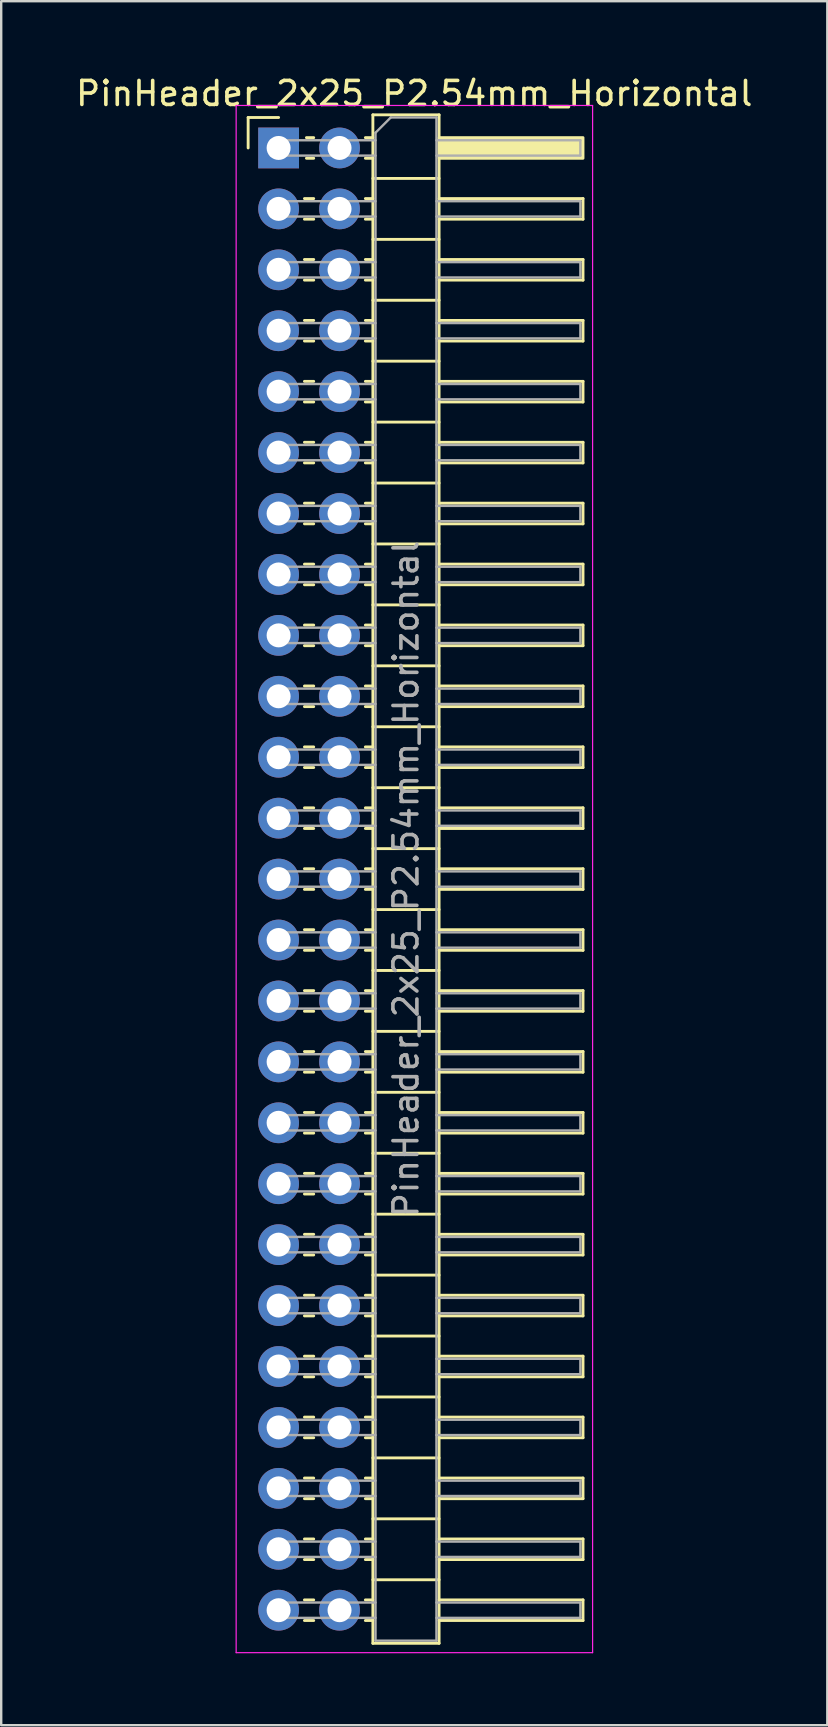
<source format=kicad_pcb>
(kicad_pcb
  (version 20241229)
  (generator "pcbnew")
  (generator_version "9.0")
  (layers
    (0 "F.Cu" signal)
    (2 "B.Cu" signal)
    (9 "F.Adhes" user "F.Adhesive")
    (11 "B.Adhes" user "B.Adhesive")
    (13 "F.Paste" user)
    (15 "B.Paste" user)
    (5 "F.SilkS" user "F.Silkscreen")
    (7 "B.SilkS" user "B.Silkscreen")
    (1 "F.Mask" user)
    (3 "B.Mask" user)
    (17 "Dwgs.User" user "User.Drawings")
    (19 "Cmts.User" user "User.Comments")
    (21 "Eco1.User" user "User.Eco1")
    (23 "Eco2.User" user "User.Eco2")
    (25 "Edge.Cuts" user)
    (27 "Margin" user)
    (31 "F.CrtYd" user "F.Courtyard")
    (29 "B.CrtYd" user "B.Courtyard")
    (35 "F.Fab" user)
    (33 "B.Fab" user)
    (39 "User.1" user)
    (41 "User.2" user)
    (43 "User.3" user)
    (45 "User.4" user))
  (footprint "PinHeader_2x25_P2.54mm_Horizontal"
    (layer "F.Cu")
    (at 8.565 3.118)
    (property "Reference" "PinHeader_2x25_P2.54mm_Horizontal" (at 5.655 -2.27 0) (layer "F.SilkS") (effects (font (size 1 1) (thickness 0.15))))
    (attr through_hole)
    (fp_line (start -1.27 -1.27) (end 0 -1.27) (stroke (width 0.12) (type solid)) (layer "F.SilkS"))
    (fp_line (start -1.27 0) (end -1.27 -1.27) (stroke (width 0.12) (type solid)) (layer "F.SilkS"))
    (fp_line (start 1.077 2.11) (end 1.463 2.11) (stroke (width 0.12) (type solid)) (layer "F.SilkS"))
    (fp_line (start 1.077 2.97) (end 1.463 2.97) (stroke (width 0.12) (type solid)) (layer "F.SilkS"))
    (fp_line (start 1.077 4.65) (end 1.463 4.65) (stroke (width 0.12) (type solid)) (layer "F.SilkS"))
    (fp_line (start 1.077 5.51) (end 1.463 5.51) (stroke (width 0.12) (type solid)) (layer "F.SilkS"))
    (fp_line (start 1.077 7.19) (end 1.463 7.19) (stroke (width 0.12) (type solid)) (layer "F.SilkS"))
    (fp_line (start 1.077 8.05) (end 1.463 8.05) (stroke (width 0.12) (type solid)) (layer "F.SilkS"))
    (fp_line (start 1.077 9.73) (end 1.463 9.73) (stroke (width 0.12) (type solid)) (layer "F.SilkS"))
    (fp_line (start 1.077 10.59) (end 1.463 10.59) (stroke (width 0.12) (type solid)) (layer "F.SilkS"))
    (fp_line (start 1.077 12.27) (end 1.463 12.27) (stroke (width 0.12) (type solid)) (layer "F.SilkS"))
    (fp_line (start 1.077 13.13) (end 1.463 13.13) (stroke (width 0.12) (type solid)) (layer "F.SilkS"))
    (fp_line (start 1.077 14.81) (end 1.463 14.81) (stroke (width 0.12) (type solid)) (layer "F.SilkS"))
    (fp_line (start 1.077 15.67) (end 1.463 15.67) (stroke (width 0.12) (type solid)) (layer "F.SilkS"))
    (fp_line (start 1.077 17.35) (end 1.463 17.35) (stroke (width 0.12) (type solid)) (layer "F.SilkS"))
    (fp_line (start 1.077 18.21) (end 1.463 18.21) (stroke (width 0.12) (type solid)) (layer "F.SilkS"))
    (fp_line (start 1.077 19.89) (end 1.463 19.89) (stroke (width 0.12) (type solid)) (layer "F.SilkS"))
    (fp_line (start 1.077 20.75) (end 1.463 20.75) (stroke (width 0.12) (type solid)) (layer "F.SilkS"))
    (fp_line (start 1.077 22.43) (end 1.463 22.43) (stroke (width 0.12) (type solid)) (layer "F.SilkS"))
    (fp_line (start 1.077 23.29) (end 1.463 23.29) (stroke (width 0.12) (type solid)) (layer "F.SilkS"))
    (fp_line (start 1.077 24.97) (end 1.463 24.97) (stroke (width 0.12) (type solid)) (layer "F.SilkS"))
    (fp_line (start 1.077 25.83) (end 1.463 25.83) (stroke (width 0.12) (type solid)) (layer "F.SilkS"))
    (fp_line (start 1.077 27.51) (end 1.463 27.51) (stroke (width 0.12) (type solid)) (layer "F.SilkS"))
    (fp_line (start 1.077 28.37) (end 1.463 28.37) (stroke (width 0.12) (type solid)) (layer "F.SilkS"))
    (fp_line (start 1.077 30.05) (end 1.463 30.05) (stroke (width 0.12) (type solid)) (layer "F.SilkS"))
    (fp_line (start 1.077 30.91) (end 1.463 30.91) (stroke (width 0.12) (type solid)) (layer "F.SilkS"))
    (fp_line (start 1.077 32.59) (end 1.463 32.59) (stroke (width 0.12) (type solid)) (layer "F.SilkS"))
    (fp_line (start 1.077 33.45) (end 1.463 33.45) (stroke (width 0.12) (type solid)) (layer "F.SilkS"))
    (fp_line (start 1.077 35.13) (end 1.463 35.13) (stroke (width 0.12) (type solid)) (layer "F.SilkS"))
    (fp_line (start 1.077 35.99) (end 1.463 35.99) (stroke (width 0.12) (type solid)) (layer "F.SilkS"))
    (fp_line (start 1.077 37.67) (end 1.463 37.67) (stroke (width 0.12) (type solid)) (layer "F.SilkS"))
    (fp_line (start 1.077 38.53) (end 1.463 38.53) (stroke (width 0.12) (type solid)) (layer "F.SilkS"))
    (fp_line (start 1.077 40.21) (end 1.463 40.21) (stroke (width 0.12) (type solid)) (layer "F.SilkS"))
    (fp_line (start 1.077 41.07) (end 1.463 41.07) (stroke (width 0.12) (type solid)) (layer "F.SilkS"))
    (fp_line (start 1.077 42.75) (end 1.463 42.75) (stroke (width 0.12) (type solid)) (layer "F.SilkS"))
    (fp_line (start 1.077 43.61) (end 1.463 43.61) (stroke (width 0.12) (type solid)) (layer "F.SilkS"))
    (fp_line (start 1.077 45.29) (end 1.463 45.29) (stroke (width 0.12) (type solid)) (layer "F.SilkS"))
    (fp_line (start 1.077 46.15) (end 1.463 46.15) (stroke (width 0.12) (type solid)) (layer "F.SilkS"))
    (fp_line (start 1.077 47.83) (end 1.463 47.83) (stroke (width 0.12) (type solid)) (layer "F.SilkS"))
    (fp_line (start 1.077 48.69) (end 1.463 48.69) (stroke (width 0.12) (type solid)) (layer "F.SilkS"))
    (fp_line (start 1.077 50.37) (end 1.463 50.37) (stroke (width 0.12) (type solid)) (layer "F.SilkS"))
    (fp_line (start 1.077 51.23) (end 1.463 51.23) (stroke (width 0.12) (type solid)) (layer "F.SilkS"))
    (fp_line (start 1.077 52.91) (end 1.463 52.91) (stroke (width 0.12) (type solid)) (layer "F.SilkS"))
    (fp_line (start 1.077 53.77) (end 1.463 53.77) (stroke (width 0.12) (type solid)) (layer "F.SilkS"))
    (fp_line (start 1.077 55.45) (end 1.463 55.45) (stroke (width 0.12) (type solid)) (layer "F.SilkS"))
    (fp_line (start 1.077 56.31) (end 1.463 56.31) (stroke (width 0.12) (type solid)) (layer "F.SilkS"))
    (fp_line (start 1.077 57.99) (end 1.463 57.99) (stroke (width 0.12) (type solid)) (layer "F.SilkS"))
    (fp_line (start 1.077 58.85) (end 1.463 58.85) (stroke (width 0.12) (type solid)) (layer "F.SilkS"))
    (fp_line (start 1.077 60.53) (end 1.463 60.53) (stroke (width 0.12) (type solid)) (layer "F.SilkS"))
    (fp_line (start 1.077 61.39) (end 1.463 61.39) (stroke (width 0.12) (type solid)) (layer "F.SilkS"))
    (fp_line (start 1.16 -0.43) (end 1.463 -0.43) (stroke (width 0.12) (type solid)) (layer "F.SilkS"))
    (fp_line (start 1.16 0.43) (end 1.463 0.43) (stroke (width 0.12) (type solid)) (layer "F.SilkS"))
    (fp_line (start 3.617 -0.43) (end 3.93 -0.43) (stroke (width 0.12) (type solid)) (layer "F.SilkS"))
    (fp_line (start 3.617 0.43) (end 3.93 0.43) (stroke (width 0.12) (type solid)) (layer "F.SilkS"))
    (fp_line (start 3.617 2.11) (end 3.93 2.11) (stroke (width 0.12) (type solid)) (layer "F.SilkS"))
    (fp_line (start 3.617 2.97) (end 3.93 2.97) (stroke (width 0.12) (type solid)) (layer "F.SilkS"))
    (fp_line (start 3.617 4.65) (end 3.93 4.65) (stroke (width 0.12) (type solid)) (layer "F.SilkS"))
    (fp_line (start 3.617 5.51) (end 3.93 5.51) (stroke (width 0.12) (type solid)) (layer "F.SilkS"))
    (fp_line (start 3.617 7.19) (end 3.93 7.19) (stroke (width 0.12) (type solid)) (layer "F.SilkS"))
    (fp_line (start 3.617 8.05) (end 3.93 8.05) (stroke (width 0.12) (type solid)) (layer "F.SilkS"))
    (fp_line (start 3.617 9.73) (end 3.93 9.73) (stroke (width 0.12) (type solid)) (layer "F.SilkS"))
    (fp_line (start 3.617 10.59) (end 3.93 10.59) (stroke (width 0.12) (type solid)) (layer "F.SilkS"))
    (fp_line (start 3.617 12.27) (end 3.93 12.27) (stroke (width 0.12) (type solid)) (layer "F.SilkS"))
    (fp_line (start 3.617 13.13) (end 3.93 13.13) (stroke (width 0.12) (type solid)) (layer "F.SilkS"))
    (fp_line (start 3.617 14.81) (end 3.93 14.81) (stroke (width 0.12) (type solid)) (layer "F.SilkS"))
    (fp_line (start 3.617 15.67) (end 3.93 15.67) (stroke (width 0.12) (type solid)) (layer "F.SilkS"))
    (fp_line (start 3.617 17.35) (end 3.93 17.35) (stroke (width 0.12) (type solid)) (layer "F.SilkS"))
    (fp_line (start 3.617 18.21) (end 3.93 18.21) (stroke (width 0.12) (type solid)) (layer "F.SilkS"))
    (fp_line (start 3.617 19.89) (end 3.93 19.89) (stroke (width 0.12) (type solid)) (layer "F.SilkS"))
    (fp_line (start 3.617 20.75) (end 3.93 20.75) (stroke (width 0.12) (type solid)) (layer "F.SilkS"))
    (fp_line (start 3.617 22.43) (end 3.93 22.43) (stroke (width 0.12) (type solid)) (layer "F.SilkS"))
    (fp_line (start 3.617 23.29) (end 3.93 23.29) (stroke (width 0.12) (type solid)) (layer "F.SilkS"))
    (fp_line (start 3.617 24.97) (end 3.93 24.97) (stroke (width 0.12) (type solid)) (layer "F.SilkS"))
    (fp_line (start 3.617 25.83) (end 3.93 25.83) (stroke (width 0.12) (type solid)) (layer "F.SilkS"))
    (fp_line (start 3.617 27.51) (end 3.93 27.51) (stroke (width 0.12) (type solid)) (layer "F.SilkS"))
    (fp_line (start 3.617 28.37) (end 3.93 28.37) (stroke (width 0.12) (type solid)) (layer "F.SilkS"))
    (fp_line (start 3.617 30.05) (end 3.93 30.05) (stroke (width 0.12) (type solid)) (layer "F.SilkS"))
    (fp_line (start 3.617 30.91) (end 3.93 30.91) (stroke (width 0.12) (type solid)) (layer "F.SilkS"))
    (fp_line (start 3.617 32.59) (end 3.93 32.59) (stroke (width 0.12) (type solid)) (layer "F.SilkS"))
    (fp_line (start 3.617 33.45) (end 3.93 33.45) (stroke (width 0.12) (type solid)) (layer "F.SilkS"))
    (fp_line (start 3.617 35.13) (end 3.93 35.13) (stroke (width 0.12) (type solid)) (layer "F.SilkS"))
    (fp_line (start 3.617 35.99) (end 3.93 35.99) (stroke (width 0.12) (type solid)) (layer "F.SilkS"))
    (fp_line (start 3.617 37.67) (end 3.93 37.67) (stroke (width 0.12) (type solid)) (layer "F.SilkS"))
    (fp_line (start 3.617 38.53) (end 3.93 38.53) (stroke (width 0.12) (type solid)) (layer "F.SilkS"))
    (fp_line (start 3.617 40.21) (end 3.93 40.21) (stroke (width 0.12) (type solid)) (layer "F.SilkS"))
    (fp_line (start 3.617 41.07) (end 3.93 41.07) (stroke (width 0.12) (type solid)) (layer "F.SilkS"))
    (fp_line (start 3.617 42.75) (end 3.93 42.75) (stroke (width 0.12) (type solid)) (layer "F.SilkS"))
    (fp_line (start 3.617 43.61) (end 3.93 43.61) (stroke (width 0.12) (type solid)) (layer "F.SilkS"))
    (fp_line (start 3.617 45.29) (end 3.93 45.29) (stroke (width 0.12) (type solid)) (layer "F.SilkS"))
    (fp_line (start 3.617 46.15) (end 3.93 46.15) (stroke (width 0.12) (type solid)) (layer "F.SilkS"))
    (fp_line (start 3.617 47.83) (end 3.93 47.83) (stroke (width 0.12) (type solid)) (layer "F.SilkS"))
    (fp_line (start 3.617 48.69) (end 3.93 48.69) (stroke (width 0.12) (type solid)) (layer "F.SilkS"))
    (fp_line (start 3.617 50.37) (end 3.93 50.37) (stroke (width 0.12) (type solid)) (layer "F.SilkS"))
    (fp_line (start 3.617 51.23) (end 3.93 51.23) (stroke (width 0.12) (type solid)) (layer "F.SilkS"))
    (fp_line (start 3.617 52.91) (end 3.93 52.91) (stroke (width 0.12) (type solid)) (layer "F.SilkS"))
    (fp_line (start 3.617 53.77) (end 3.93 53.77) (stroke (width 0.12) (type solid)) (layer "F.SilkS"))
    (fp_line (start 3.617 55.45) (end 3.93 55.45) (stroke (width 0.12) (type solid)) (layer "F.SilkS"))
    (fp_line (start 3.617 56.31) (end 3.93 56.31) (stroke (width 0.12) (type solid)) (layer "F.SilkS"))
    (fp_line (start 3.617 57.99) (end 3.93 57.99) (stroke (width 0.12) (type solid)) (layer "F.SilkS"))
    (fp_line (start 3.617 58.85) (end 3.93 58.85) (stroke (width 0.12) (type solid)) (layer "F.SilkS"))
    (fp_line (start 3.617 60.53) (end 3.93 60.53) (stroke (width 0.12) (type solid)) (layer "F.SilkS"))
    (fp_line (start 3.617 61.39) (end 3.93 61.39) (stroke (width 0.12) (type solid)) (layer "F.SilkS"))
    (fp_line (start 3.93 -1.38) (end 3.93 62.34) (stroke (width 0.12) (type solid)) (layer "F.SilkS"))
    (fp_line (start 3.93 1.27) (end 6.69 1.27) (stroke (width 0.12) (type solid)) (layer "F.SilkS"))
    (fp_line (start 3.93 3.81) (end 6.69 3.81) (stroke (width 0.12) (type solid)) (layer "F.SilkS"))
    (fp_line (start 3.93 6.35) (end 6.69 6.35) (stroke (width 0.12) (type solid)) (layer "F.SilkS"))
    (fp_line (start 3.93 8.89) (end 6.69 8.89) (stroke (width 0.12) (type solid)) (layer "F.SilkS"))
    (fp_line (start 3.93 11.43) (end 6.69 11.43) (stroke (width 0.12) (type solid)) (layer "F.SilkS"))
    (fp_line (start 3.93 13.97) (end 6.69 13.97) (stroke (width 0.12) (type solid)) (layer "F.SilkS"))
    (fp_line (start 3.93 16.51) (end 6.69 16.51) (stroke (width 0.12) (type solid)) (layer "F.SilkS"))
    (fp_line (start 3.93 19.05) (end 6.69 19.05) (stroke (width 0.12) (type solid)) (layer "F.SilkS"))
    (fp_line (start 3.93 21.59) (end 6.69 21.59) (stroke (width 0.12) (type solid)) (layer "F.SilkS"))
    (fp_line (start 3.93 24.13) (end 6.69 24.13) (stroke (width 0.12) (type solid)) (layer "F.SilkS"))
    (fp_line (start 3.93 26.67) (end 6.69 26.67) (stroke (width 0.12) (type solid)) (layer "F.SilkS"))
    (fp_line (start 3.93 29.21) (end 6.69 29.21) (stroke (width 0.12) (type solid)) (layer "F.SilkS"))
    (fp_line (start 3.93 31.75) (end 6.69 31.75) (stroke (width 0.12) (type solid)) (layer "F.SilkS"))
    (fp_line (start 3.93 34.29) (end 6.69 34.29) (stroke (width 0.12) (type solid)) (layer "F.SilkS"))
    (fp_line (start 3.93 36.83) (end 6.69 36.83) (stroke (width 0.12) (type solid)) (layer "F.SilkS"))
    (fp_line (start 3.93 39.37) (end 6.69 39.37) (stroke (width 0.12) (type solid)) (layer "F.SilkS"))
    (fp_line (start 3.93 41.91) (end 6.69 41.91) (stroke (width 0.12) (type solid)) (layer "F.SilkS"))
    (fp_line (start 3.93 44.45) (end 6.69 44.45) (stroke (width 0.12) (type solid)) (layer "F.SilkS"))
    (fp_line (start 3.93 46.99) (end 6.69 46.99) (stroke (width 0.12) (type solid)) (layer "F.SilkS"))
    (fp_line (start 3.93 49.53) (end 6.69 49.53) (stroke (width 0.12) (type solid)) (layer "F.SilkS"))
    (fp_line (start 3.93 52.07) (end 6.69 52.07) (stroke (width 0.12) (type solid)) (layer "F.SilkS"))
    (fp_line (start 3.93 54.61) (end 6.69 54.61) (stroke (width 0.12) (type solid)) (layer "F.SilkS"))
    (fp_line (start 3.93 57.15) (end 6.69 57.15) (stroke (width 0.12) (type solid)) (layer "F.SilkS"))
    (fp_line (start 3.93 59.69) (end 6.69 59.69) (stroke (width 0.12) (type solid)) (layer "F.SilkS"))
    (fp_line (start 3.93 62.34) (end 6.69 62.34) (stroke (width 0.12) (type solid)) (layer "F.SilkS"))
    (fp_line (start 6.69 -1.38) (end 3.93 -1.38) (stroke (width 0.12) (type solid)) (layer "F.SilkS"))
    (fp_line (start 6.69 2.11) (end 12.69 2.11) (stroke (width 0.12) (type solid)) (layer "F.SilkS"))
    (fp_line (start 6.69 4.65) (end 12.69 4.65) (stroke (width 0.12) (type solid)) (layer "F.SilkS"))
    (fp_line (start 6.69 7.19) (end 12.69 7.19) (stroke (width 0.12) (type solid)) (layer "F.SilkS"))
    (fp_line (start 6.69 9.73) (end 12.69 9.73) (stroke (width 0.12) (type solid)) (layer "F.SilkS"))
    (fp_line (start 6.69 12.27) (end 12.69 12.27) (stroke (width 0.12) (type solid)) (layer "F.SilkS"))
    (fp_line (start 6.69 14.81) (end 12.69 14.81) (stroke (width 0.12) (type solid)) (layer "F.SilkS"))
    (fp_line (start 6.69 17.35) (end 12.69 17.35) (stroke (width 0.12) (type solid)) (layer "F.SilkS"))
    (fp_line (start 6.69 19.89) (end 12.69 19.89) (stroke (width 0.12) (type solid)) (layer "F.SilkS"))
    (fp_line (start 6.69 22.43) (end 12.69 22.43) (stroke (width 0.12) (type solid)) (layer "F.SilkS"))
    (fp_line (start 6.69 24.97) (end 12.69 24.97) (stroke (width 0.12) (type solid)) (layer "F.SilkS"))
    (fp_line (start 6.69 27.51) (end 12.69 27.51) (stroke (width 0.12) (type solid)) (layer "F.SilkS"))
    (fp_line (start 6.69 30.05) (end 12.69 30.05) (stroke (width 0.12) (type solid)) (layer "F.SilkS"))
    (fp_line (start 6.69 32.59) (end 12.69 32.59) (stroke (width 0.12) (type solid)) (layer "F.SilkS"))
    (fp_line (start 6.69 35.13) (end 12.69 35.13) (stroke (width 0.12) (type solid)) (layer "F.SilkS"))
    (fp_line (start 6.69 37.67) (end 12.69 37.67) (stroke (width 0.12) (type solid)) (layer "F.SilkS"))
    (fp_line (start 6.69 40.21) (end 12.69 40.21) (stroke (width 0.12) (type solid)) (layer "F.SilkS"))
    (fp_line (start 6.69 42.75) (end 12.69 42.75) (stroke (width 0.12) (type solid)) (layer "F.SilkS"))
    (fp_line (start 6.69 45.29) (end 12.69 45.29) (stroke (width 0.12) (type solid)) (layer "F.SilkS"))
    (fp_line (start 6.69 47.83) (end 12.69 47.83) (stroke (width 0.12) (type solid)) (layer "F.SilkS"))
    (fp_line (start 6.69 50.37) (end 12.69 50.37) (stroke (width 0.12) (type solid)) (layer "F.SilkS"))
    (fp_line (start 6.69 52.91) (end 12.69 52.91) (stroke (width 0.12) (type solid)) (layer "F.SilkS"))
    (fp_line (start 6.69 55.45) (end 12.69 55.45) (stroke (width 0.12) (type solid)) (layer "F.SilkS"))
    (fp_line (start 6.69 57.99) (end 12.69 57.99) (stroke (width 0.12) (type solid)) (layer "F.SilkS"))
    (fp_line (start 6.69 60.53) (end 12.69 60.53) (stroke (width 0.12) (type solid)) (layer "F.SilkS"))
    (fp_line (start 6.69 62.34) (end 6.69 -1.38) (stroke (width 0.12) (type solid)) (layer "F.SilkS"))
    (fp_line (start 12.69 2.11) (end 12.69 2.97) (stroke (width 0.12) (type solid)) (layer "F.SilkS"))
    (fp_line (start 12.69 2.97) (end 6.69 2.97) (stroke (width 0.12) (type solid)) (layer "F.SilkS"))
    (fp_line (start 12.69 4.65) (end 12.69 5.51) (stroke (width 0.12) (type solid)) (layer "F.SilkS"))
    (fp_line (start 12.69 5.51) (end 6.69 5.51) (stroke (width 0.12) (type solid)) (layer "F.SilkS"))
    (fp_line (start 12.69 7.19) (end 12.69 8.05) (stroke (width 0.12) (type solid)) (layer "F.SilkS"))
    (fp_line (start 12.69 8.05) (end 6.69 8.05) (stroke (width 0.12) (type solid)) (layer "F.SilkS"))
    (fp_line (start 12.69 9.73) (end 12.69 10.59) (stroke (width 0.12) (type solid)) (layer "F.SilkS"))
    (fp_line (start 12.69 10.59) (end 6.69 10.59) (stroke (width 0.12) (type solid)) (layer "F.SilkS"))
    (fp_line (start 12.69 12.27) (end 12.69 13.13) (stroke (width 0.12) (type solid)) (layer "F.SilkS"))
    (fp_line (start 12.69 13.13) (end 6.69 13.13) (stroke (width 0.12) (type solid)) (layer "F.SilkS"))
    (fp_line (start 12.69 14.81) (end 12.69 15.67) (stroke (width 0.12) (type solid)) (layer "F.SilkS"))
    (fp_line (start 12.69 15.67) (end 6.69 15.67) (stroke (width 0.12) (type solid)) (layer "F.SilkS"))
    (fp_line (start 12.69 17.35) (end 12.69 18.21) (stroke (width 0.12) (type solid)) (layer "F.SilkS"))
    (fp_line (start 12.69 18.21) (end 6.69 18.21) (stroke (width 0.12) (type solid)) (layer "F.SilkS"))
    (fp_line (start 12.69 19.89) (end 12.69 20.75) (stroke (width 0.12) (type solid)) (layer "F.SilkS"))
    (fp_line (start 12.69 20.75) (end 6.69 20.75) (stroke (width 0.12) (type solid)) (layer "F.SilkS"))
    (fp_line (start 12.69 22.43) (end 12.69 23.29) (stroke (width 0.12) (type solid)) (layer "F.SilkS"))
    (fp_line (start 12.69 23.29) (end 6.69 23.29) (stroke (width 0.12) (type solid)) (layer "F.SilkS"))
    (fp_line (start 12.69 24.97) (end 12.69 25.83) (stroke (width 0.12) (type solid)) (layer "F.SilkS"))
    (fp_line (start 12.69 25.83) (end 6.69 25.83) (stroke (width 0.12) (type solid)) (layer "F.SilkS"))
    (fp_line (start 12.69 27.51) (end 12.69 28.37) (stroke (width 0.12) (type solid)) (layer "F.SilkS"))
    (fp_line (start 12.69 28.37) (end 6.69 28.37) (stroke (width 0.12) (type solid)) (layer "F.SilkS"))
    (fp_line (start 12.69 30.05) (end 12.69 30.91) (stroke (width 0.12) (type solid)) (layer "F.SilkS"))
    (fp_line (start 12.69 30.91) (end 6.69 30.91) (stroke (width 0.12) (type solid)) (layer "F.SilkS"))
    (fp_line (start 12.69 32.59) (end 12.69 33.45) (stroke (width 0.12) (type solid)) (layer "F.SilkS"))
    (fp_line (start 12.69 33.45) (end 6.69 33.45) (stroke (width 0.12) (type solid)) (layer "F.SilkS"))
    (fp_line (start 12.69 35.13) (end 12.69 35.99) (stroke (width 0.12) (type solid)) (layer "F.SilkS"))
    (fp_line (start 12.69 35.99) (end 6.69 35.99) (stroke (width 0.12) (type solid)) (layer "F.SilkS"))
    (fp_line (start 12.69 37.67) (end 12.69 38.53) (stroke (width 0.12) (type solid)) (layer "F.SilkS"))
    (fp_line (start 12.69 38.53) (end 6.69 38.53) (stroke (width 0.12) (type solid)) (layer "F.SilkS"))
    (fp_line (start 12.69 40.21) (end 12.69 41.07) (stroke (width 0.12) (type solid)) (layer "F.SilkS"))
    (fp_line (start 12.69 41.07) (end 6.69 41.07) (stroke (width 0.12) (type solid)) (layer "F.SilkS"))
    (fp_line (start 12.69 42.75) (end 12.69 43.61) (stroke (width 0.12) (type solid)) (layer "F.SilkS"))
    (fp_line (start 12.69 43.61) (end 6.69 43.61) (stroke (width 0.12) (type solid)) (layer "F.SilkS"))
    (fp_line (start 12.69 45.29) (end 12.69 46.15) (stroke (width 0.12) (type solid)) (layer "F.SilkS"))
    (fp_line (start 12.69 46.15) (end 6.69 46.15) (stroke (width 0.12) (type solid)) (layer "F.SilkS"))
    (fp_line (start 12.69 47.83) (end 12.69 48.69) (stroke (width 0.12) (type solid)) (layer "F.SilkS"))
    (fp_line (start 12.69 48.69) (end 6.69 48.69) (stroke (width 0.12) (type solid)) (layer "F.SilkS"))
    (fp_line (start 12.69 50.37) (end 12.69 51.23) (stroke (width 0.12) (type solid)) (layer "F.SilkS"))
    (fp_line (start 12.69 51.23) (end 6.69 51.23) (stroke (width 0.12) (type solid)) (layer "F.SilkS"))
    (fp_line (start 12.69 52.91) (end 12.69 53.77) (stroke (width 0.12) (type solid)) (layer "F.SilkS"))
    (fp_line (start 12.69 53.77) (end 6.69 53.77) (stroke (width 0.12) (type solid)) (layer "F.SilkS"))
    (fp_line (start 12.69 55.45) (end 12.69 56.31) (stroke (width 0.12) (type solid)) (layer "F.SilkS"))
    (fp_line (start 12.69 56.31) (end 6.69 56.31) (stroke (width 0.12) (type solid)) (layer "F.SilkS"))
    (fp_line (start 12.69 57.99) (end 12.69 58.85) (stroke (width 0.12) (type solid)) (layer "F.SilkS"))
    (fp_line (start 12.69 58.85) (end 6.69 58.85) (stroke (width 0.12) (type solid)) (layer "F.SilkS"))
    (fp_line (start 12.69 60.53) (end 12.69 61.39) (stroke (width 0.12) (type solid)) (layer "F.SilkS"))
    (fp_line (start 12.69 61.39) (end 6.69 61.39) (stroke (width 0.12) (type solid)) (layer "F.SilkS"))
    (fp_rect (start 6.69 -0.43) (end 12.69 0.43) (stroke (width 0.12) (type solid)) (fill yes) (layer "F.SilkS"))
    (fp_line (start -1.77 -1.77) (end -1.77 62.73) (stroke (width 0.05) (type solid)) (layer "F.CrtYd"))
    (fp_line (start -1.77 62.73) (end 13.09 62.73) (stroke (width 0.05) (type solid)) (layer "F.CrtYd"))
    (fp_line (start 13.09 -1.77) (end -1.77 -1.77) (stroke (width 0.05) (type solid)) (layer "F.CrtYd"))
    (fp_line (start 13.09 62.73) (end 13.09 -1.77) (stroke (width 0.05) (type solid)) (layer "F.CrtYd"))
    (fp_line (start -0.32 -0.32) (end -0.32 0.32) (stroke (width 0.1) (type solid)) (layer "F.Fab"))
    (fp_line (start -0.32 -0.32) (end 4.04 -0.32) (stroke (width 0.1) (type solid)) (layer "F.Fab"))
    (fp_line (start -0.32 0.32) (end 4.04 0.32) (stroke (width 0.1) (type solid)) (layer "F.Fab"))
    (fp_line (start -0.32 2.22) (end -0.32 2.86) (stroke (width 0.1) (type solid)) (layer "F.Fab"))
    (fp_line (start -0.32 2.22) (end 4.04 2.22) (stroke (width 0.1) (type solid)) (layer "F.Fab"))
    (fp_line (start -0.32 2.86) (end 4.04 2.86) (stroke (width 0.1) (type solid)) (layer "F.Fab"))
    (fp_line (start -0.32 4.76) (end -0.32 5.4) (stroke (width 0.1) (type solid)) (layer "F.Fab"))
    (fp_line (start -0.32 4.76) (end 4.04 4.76) (stroke (width 0.1) (type solid)) (layer "F.Fab"))
    (fp_line (start -0.32 5.4) (end 4.04 5.4) (stroke (width 0.1) (type solid)) (layer "F.Fab"))
    (fp_line (start -0.32 7.3) (end -0.32 7.94) (stroke (width 0.1) (type solid)) (layer "F.Fab"))
    (fp_line (start -0.32 7.3) (end 4.04 7.3) (stroke (width 0.1) (type solid)) (layer "F.Fab"))
    (fp_line (start -0.32 7.94) (end 4.04 7.94) (stroke (width 0.1) (type solid)) (layer "F.Fab"))
    (fp_line (start -0.32 9.84) (end -0.32 10.48) (stroke (width 0.1) (type solid)) (layer "F.Fab"))
    (fp_line (start -0.32 9.84) (end 4.04 9.84) (stroke (width 0.1) (type solid)) (layer "F.Fab"))
    (fp_line (start -0.32 10.48) (end 4.04 10.48) (stroke (width 0.1) (type solid)) (layer "F.Fab"))
    (fp_line (start -0.32 12.38) (end -0.32 13.02) (stroke (width 0.1) (type solid)) (layer "F.Fab"))
    (fp_line (start -0.32 12.38) (end 4.04 12.38) (stroke (width 0.1) (type solid)) (layer "F.Fab"))
    (fp_line (start -0.32 13.02) (end 4.04 13.02) (stroke (width 0.1) (type solid)) (layer "F.Fab"))
    (fp_line (start -0.32 14.92) (end -0.32 15.56) (stroke (width 0.1) (type solid)) (layer "F.Fab"))
    (fp_line (start -0.32 14.92) (end 4.04 14.92) (stroke (width 0.1) (type solid)) (layer "F.Fab"))
    (fp_line (start -0.32 15.56) (end 4.04 15.56) (stroke (width 0.1) (type solid)) (layer "F.Fab"))
    (fp_line (start -0.32 17.46) (end -0.32 18.1) (stroke (width 0.1) (type solid)) (layer "F.Fab"))
    (fp_line (start -0.32 17.46) (end 4.04 17.46) (stroke (width 0.1) (type solid)) (layer "F.Fab"))
    (fp_line (start -0.32 18.1) (end 4.04 18.1) (stroke (width 0.1) (type solid)) (layer "F.Fab"))
    (fp_line (start -0.32 20) (end -0.32 20.64) (stroke (width 0.1) (type solid)) (layer "F.Fab"))
    (fp_line (start -0.32 20) (end 4.04 20) (stroke (width 0.1) (type solid)) (layer "F.Fab"))
    (fp_line (start -0.32 20.64) (end 4.04 20.64) (stroke (width 0.1) (type solid)) (layer "F.Fab"))
    (fp_line (start -0.32 22.54) (end -0.32 23.18) (stroke (width 0.1) (type solid)) (layer "F.Fab"))
    (fp_line (start -0.32 22.54) (end 4.04 22.54) (stroke (width 0.1) (type solid)) (layer "F.Fab"))
    (fp_line (start -0.32 23.18) (end 4.04 23.18) (stroke (width 0.1) (type solid)) (layer "F.Fab"))
    (fp_line (start -0.32 25.08) (end -0.32 25.72) (stroke (width 0.1) (type solid)) (layer "F.Fab"))
    (fp_line (start -0.32 25.08) (end 4.04 25.08) (stroke (width 0.1) (type solid)) (layer "F.Fab"))
    (fp_line (start -0.32 25.72) (end 4.04 25.72) (stroke (width 0.1) (type solid)) (layer "F.Fab"))
    (fp_line (start -0.32 27.62) (end -0.32 28.26) (stroke (width 0.1) (type solid)) (layer "F.Fab"))
    (fp_line (start -0.32 27.62) (end 4.04 27.62) (stroke (width 0.1) (type solid)) (layer "F.Fab"))
    (fp_line (start -0.32 28.26) (end 4.04 28.26) (stroke (width 0.1) (type solid)) (layer "F.Fab"))
    (fp_line (start -0.32 30.16) (end -0.32 30.8) (stroke (width 0.1) (type solid)) (layer "F.Fab"))
    (fp_line (start -0.32 30.16) (end 4.04 30.16) (stroke (width 0.1) (type solid)) (layer "F.Fab"))
    (fp_line (start -0.32 30.8) (end 4.04 30.8) (stroke (width 0.1) (type solid)) (layer "F.Fab"))
    (fp_line (start -0.32 32.7) (end -0.32 33.34) (stroke (width 0.1) (type solid)) (layer "F.Fab"))
    (fp_line (start -0.32 32.7) (end 4.04 32.7) (stroke (width 0.1) (type solid)) (layer "F.Fab"))
    (fp_line (start -0.32 33.34) (end 4.04 33.34) (stroke (width 0.1) (type solid)) (layer "F.Fab"))
    (fp_line (start -0.32 35.24) (end -0.32 35.88) (stroke (width 0.1) (type solid)) (layer "F.Fab"))
    (fp_line (start -0.32 35.24) (end 4.04 35.24) (stroke (width 0.1) (type solid)) (layer "F.Fab"))
    (fp_line (start -0.32 35.88) (end 4.04 35.88) (stroke (width 0.1) (type solid)) (layer "F.Fab"))
    (fp_line (start -0.32 37.78) (end -0.32 38.42) (stroke (width 0.1) (type solid)) (layer "F.Fab"))
    (fp_line (start -0.32 37.78) (end 4.04 37.78) (stroke (width 0.1) (type solid)) (layer "F.Fab"))
    (fp_line (start -0.32 38.42) (end 4.04 38.42) (stroke (width 0.1) (type solid)) (layer "F.Fab"))
    (fp_line (start -0.32 40.32) (end -0.32 40.96) (stroke (width 0.1) (type solid)) (layer "F.Fab"))
    (fp_line (start -0.32 40.32) (end 4.04 40.32) (stroke (width 0.1) (type solid)) (layer "F.Fab"))
    (fp_line (start -0.32 40.96) (end 4.04 40.96) (stroke (width 0.1) (type solid)) (layer "F.Fab"))
    (fp_line (start -0.32 42.86) (end -0.32 43.5) (stroke (width 0.1) (type solid)) (layer "F.Fab"))
    (fp_line (start -0.32 42.86) (end 4.04 42.86) (stroke (width 0.1) (type solid)) (layer "F.Fab"))
    (fp_line (start -0.32 43.5) (end 4.04 43.5) (stroke (width 0.1) (type solid)) (layer "F.Fab"))
    (fp_line (start -0.32 45.4) (end -0.32 46.04) (stroke (width 0.1) (type solid)) (layer "F.Fab"))
    (fp_line (start -0.32 45.4) (end 4.04 45.4) (stroke (width 0.1) (type solid)) (layer "F.Fab"))
    (fp_line (start -0.32 46.04) (end 4.04 46.04) (stroke (width 0.1) (type solid)) (layer "F.Fab"))
    (fp_line (start -0.32 47.94) (end -0.32 48.58) (stroke (width 0.1) (type solid)) (layer "F.Fab"))
    (fp_line (start -0.32 47.94) (end 4.04 47.94) (stroke (width 0.1) (type solid)) (layer "F.Fab"))
    (fp_line (start -0.32 48.58) (end 4.04 48.58) (stroke (width 0.1) (type solid)) (layer "F.Fab"))
    (fp_line (start -0.32 50.48) (end -0.32 51.12) (stroke (width 0.1) (type solid)) (layer "F.Fab"))
    (fp_line (start -0.32 50.48) (end 4.04 50.48) (stroke (width 0.1) (type solid)) (layer "F.Fab"))
    (fp_line (start -0.32 51.12) (end 4.04 51.12) (stroke (width 0.1) (type solid)) (layer "F.Fab"))
    (fp_line (start -0.32 53.02) (end -0.32 53.66) (stroke (width 0.1) (type solid)) (layer "F.Fab"))
    (fp_line (start -0.32 53.02) (end 4.04 53.02) (stroke (width 0.1) (type solid)) (layer "F.Fab"))
    (fp_line (start -0.32 53.66) (end 4.04 53.66) (stroke (width 0.1) (type solid)) (layer "F.Fab"))
    (fp_line (start -0.32 55.56) (end -0.32 56.2) (stroke (width 0.1) (type solid)) (layer "F.Fab"))
    (fp_line (start -0.32 55.56) (end 4.04 55.56) (stroke (width 0.1) (type solid)) (layer "F.Fab"))
    (fp_line (start -0.32 56.2) (end 4.04 56.2) (stroke (width 0.1) (type solid)) (layer "F.Fab"))
    (fp_line (start -0.32 58.1) (end -0.32 58.74) (stroke (width 0.1) (type solid)) (layer "F.Fab"))
    (fp_line (start -0.32 58.1) (end 4.04 58.1) (stroke (width 0.1) (type solid)) (layer "F.Fab"))
    (fp_line (start -0.32 58.74) (end 4.04 58.74) (stroke (width 0.1) (type solid)) (layer "F.Fab"))
    (fp_line (start -0.32 60.64) (end -0.32 61.28) (stroke (width 0.1) (type solid)) (layer "F.Fab"))
    (fp_line (start -0.32 60.64) (end 4.04 60.64) (stroke (width 0.1) (type solid)) (layer "F.Fab"))
    (fp_line (start -0.32 61.28) (end 4.04 61.28) (stroke (width 0.1) (type solid)) (layer "F.Fab"))
    (fp_line (start 4.04 -0.635) (end 4.675 -1.27) (stroke (width 0.1) (type solid)) (layer "F.Fab"))
    (fp_line (start 4.04 62.23) (end 4.04 -0.635) (stroke (width 0.1) (type solid)) (layer "F.Fab"))
    (fp_line (start 4.675 -1.27) (end 6.58 -1.27) (stroke (width 0.1) (type solid)) (layer "F.Fab"))
    (fp_line (start 6.58 -1.27) (end 6.58 62.23) (stroke (width 0.1) (type solid)) (layer "F.Fab"))
    (fp_line (start 6.58 -0.32) (end 12.58 -0.32) (stroke (width 0.1) (type solid)) (layer "F.Fab"))
    (fp_line (start 6.58 0.32) (end 12.58 0.32) (stroke (width 0.1) (type solid)) (layer "F.Fab"))
    (fp_line (start 6.58 2.22) (end 12.58 2.22) (stroke (width 0.1) (type solid)) (layer "F.Fab"))
    (fp_line (start 6.58 2.86) (end 12.58 2.86) (stroke (width 0.1) (type solid)) (layer "F.Fab"))
    (fp_line (start 6.58 4.76) (end 12.58 4.76) (stroke (width 0.1) (type solid)) (layer "F.Fab"))
    (fp_line (start 6.58 5.4) (end 12.58 5.4) (stroke (width 0.1) (type solid)) (layer "F.Fab"))
    (fp_line (start 6.58 7.3) (end 12.58 7.3) (stroke (width 0.1) (type solid)) (layer "F.Fab"))
    (fp_line (start 6.58 7.94) (end 12.58 7.94) (stroke (width 0.1) (type solid)) (layer "F.Fab"))
    (fp_line (start 6.58 9.84) (end 12.58 9.84) (stroke (width 0.1) (type solid)) (layer "F.Fab"))
    (fp_line (start 6.58 10.48) (end 12.58 10.48) (stroke (width 0.1) (type solid)) (layer "F.Fab"))
    (fp_line (start 6.58 12.38) (end 12.58 12.38) (stroke (width 0.1) (type solid)) (layer "F.Fab"))
    (fp_line (start 6.58 13.02) (end 12.58 13.02) (stroke (width 0.1) (type solid)) (layer "F.Fab"))
    (fp_line (start 6.58 14.92) (end 12.58 14.92) (stroke (width 0.1) (type solid)) (layer "F.Fab"))
    (fp_line (start 6.58 15.56) (end 12.58 15.56) (stroke (width 0.1) (type solid)) (layer "F.Fab"))
    (fp_line (start 6.58 17.46) (end 12.58 17.46) (stroke (width 0.1) (type solid)) (layer "F.Fab"))
    (fp_line (start 6.58 18.1) (end 12.58 18.1) (stroke (width 0.1) (type solid)) (layer "F.Fab"))
    (fp_line (start 6.58 20) (end 12.58 20) (stroke (width 0.1) (type solid)) (layer "F.Fab"))
    (fp_line (start 6.58 20.64) (end 12.58 20.64) (stroke (width 0.1) (type solid)) (layer "F.Fab"))
    (fp_line (start 6.58 22.54) (end 12.58 22.54) (stroke (width 0.1) (type solid)) (layer "F.Fab"))
    (fp_line (start 6.58 23.18) (end 12.58 23.18) (stroke (width 0.1) (type solid)) (layer "F.Fab"))
    (fp_line (start 6.58 25.08) (end 12.58 25.08) (stroke (width 0.1) (type solid)) (layer "F.Fab"))
    (fp_line (start 6.58 25.72) (end 12.58 25.72) (stroke (width 0.1) (type solid)) (layer "F.Fab"))
    (fp_line (start 6.58 27.62) (end 12.58 27.62) (stroke (width 0.1) (type solid)) (layer "F.Fab"))
    (fp_line (start 6.58 28.26) (end 12.58 28.26) (stroke (width 0.1) (type solid)) (layer "F.Fab"))
    (fp_line (start 6.58 30.16) (end 12.58 30.16) (stroke (width 0.1) (type solid)) (layer "F.Fab"))
    (fp_line (start 6.58 30.8) (end 12.58 30.8) (stroke (width 0.1) (type solid)) (layer "F.Fab"))
    (fp_line (start 6.58 32.7) (end 12.58 32.7) (stroke (width 0.1) (type solid)) (layer "F.Fab"))
    (fp_line (start 6.58 33.34) (end 12.58 33.34) (stroke (width 0.1) (type solid)) (layer "F.Fab"))
    (fp_line (start 6.58 35.24) (end 12.58 35.24) (stroke (width 0.1) (type solid)) (layer "F.Fab"))
    (fp_line (start 6.58 35.88) (end 12.58 35.88) (stroke (width 0.1) (type solid)) (layer "F.Fab"))
    (fp_line (start 6.58 37.78) (end 12.58 37.78) (stroke (width 0.1) (type solid)) (layer "F.Fab"))
    (fp_line (start 6.58 38.42) (end 12.58 38.42) (stroke (width 0.1) (type solid)) (layer "F.Fab"))
    (fp_line (start 6.58 40.32) (end 12.58 40.32) (stroke (width 0.1) (type solid)) (layer "F.Fab"))
    (fp_line (start 6.58 40.96) (end 12.58 40.96) (stroke (width 0.1) (type solid)) (layer "F.Fab"))
    (fp_line (start 6.58 42.86) (end 12.58 42.86) (stroke (width 0.1) (type solid)) (layer "F.Fab"))
    (fp_line (start 6.58 43.5) (end 12.58 43.5) (stroke (width 0.1) (type solid)) (layer "F.Fab"))
    (fp_line (start 6.58 45.4) (end 12.58 45.4) (stroke (width 0.1) (type solid)) (layer "F.Fab"))
    (fp_line (start 6.58 46.04) (end 12.58 46.04) (stroke (width 0.1) (type solid)) (layer "F.Fab"))
    (fp_line (start 6.58 47.94) (end 12.58 47.94) (stroke (width 0.1) (type solid)) (layer "F.Fab"))
    (fp_line (start 6.58 48.58) (end 12.58 48.58) (stroke (width 0.1) (type solid)) (layer "F.Fab"))
    (fp_line (start 6.58 50.48) (end 12.58 50.48) (stroke (width 0.1) (type solid)) (layer "F.Fab"))
    (fp_line (start 6.58 51.12) (end 12.58 51.12) (stroke (width 0.1) (type solid)) (layer "F.Fab"))
    (fp_line (start 6.58 53.02) (end 12.58 53.02) (stroke (width 0.1) (type solid)) (layer "F.Fab"))
    (fp_line (start 6.58 53.66) (end 12.58 53.66) (stroke (width 0.1) (type solid)) (layer "F.Fab"))
    (fp_line (start 6.58 55.56) (end 12.58 55.56) (stroke (width 0.1) (type solid)) (layer "F.Fab"))
    (fp_line (start 6.58 56.2) (end 12.58 56.2) (stroke (width 0.1) (type solid)) (layer "F.Fab"))
    (fp_line (start 6.58 58.1) (end 12.58 58.1) (stroke (width 0.1) (type solid)) (layer "F.Fab"))
    (fp_line (start 6.58 58.74) (end 12.58 58.74) (stroke (width 0.1) (type solid)) (layer "F.Fab"))
    (fp_line (start 6.58 60.64) (end 12.58 60.64) (stroke (width 0.1) (type solid)) (layer "F.Fab"))
    (fp_line (start 6.58 61.28) (end 12.58 61.28) (stroke (width 0.1) (type solid)) (layer "F.Fab"))
    (fp_line (start 6.58 62.23) (end 4.04 62.23) (stroke (width 0.1) (type solid)) (layer "F.Fab"))
    (fp_line (start 12.58 -0.32) (end 12.58 0.32) (stroke (width 0.1) (type solid)) (layer "F.Fab"))
    (fp_line (start 12.58 2.22) (end 12.58 2.86) (stroke (width 0.1) (type solid)) (layer "F.Fab"))
    (fp_line (start 12.58 4.76) (end 12.58 5.4) (stroke (width 0.1) (type solid)) (layer "F.Fab"))
    (fp_line (start 12.58 7.3) (end 12.58 7.94) (stroke (width 0.1) (type solid)) (layer "F.Fab"))
    (fp_line (start 12.58 9.84) (end 12.58 10.48) (stroke (width 0.1) (type solid)) (layer "F.Fab"))
    (fp_line (start 12.58 12.38) (end 12.58 13.02) (stroke (width 0.1) (type solid)) (layer "F.Fab"))
    (fp_line (start 12.58 14.92) (end 12.58 15.56) (stroke (width 0.1) (type solid)) (layer "F.Fab"))
    (fp_line (start 12.58 17.46) (end 12.58 18.1) (stroke (width 0.1) (type solid)) (layer "F.Fab"))
    (fp_line (start 12.58 20) (end 12.58 20.64) (stroke (width 0.1) (type solid)) (layer "F.Fab"))
    (fp_line (start 12.58 22.54) (end 12.58 23.18) (stroke (width 0.1) (type solid)) (layer "F.Fab"))
    (fp_line (start 12.58 25.08) (end 12.58 25.72) (stroke (width 0.1) (type solid)) (layer "F.Fab"))
    (fp_line (start 12.58 27.62) (end 12.58 28.26) (stroke (width 0.1) (type solid)) (layer "F.Fab"))
    (fp_line (start 12.58 30.16) (end 12.58 30.8) (stroke (width 0.1) (type solid)) (layer "F.Fab"))
    (fp_line (start 12.58 32.7) (end 12.58 33.34) (stroke (width 0.1) (type solid)) (layer "F.Fab"))
    (fp_line (start 12.58 35.24) (end 12.58 35.88) (stroke (width 0.1) (type solid)) (layer "F.Fab"))
    (fp_line (start 12.58 37.78) (end 12.58 38.42) (stroke (width 0.1) (type solid)) (layer "F.Fab"))
    (fp_line (start 12.58 40.32) (end 12.58 40.96) (stroke (width 0.1) (type solid)) (layer "F.Fab"))
    (fp_line (start 12.58 42.86) (end 12.58 43.5) (stroke (width 0.1) (type solid)) (layer "F.Fab"))
    (fp_line (start 12.58 45.4) (end 12.58 46.04) (stroke (width 0.1) (type solid)) (layer "F.Fab"))
    (fp_line (start 12.58 47.94) (end 12.58 48.58) (stroke (width 0.1) (type solid)) (layer "F.Fab"))
    (fp_line (start 12.58 50.48) (end 12.58 51.12) (stroke (width 0.1) (type solid)) (layer "F.Fab"))
    (fp_line (start 12.58 53.02) (end 12.58 53.66) (stroke (width 0.1) (type solid)) (layer "F.Fab"))
    (fp_line (start 12.58 55.56) (end 12.58 56.2) (stroke (width 0.1) (type solid)) (layer "F.Fab"))
    (fp_line (start 12.58 58.1) (end 12.58 58.74) (stroke (width 0.1) (type solid)) (layer "F.Fab"))
    (fp_line (start 12.58 60.64) (end 12.58 61.28) (stroke (width 0.1) (type solid)) (layer "F.Fab"))
    (fp_text user "${REFERENCE}" (at 5.31 30.48 90) (layer "F.Fab") (effects (font (size 1 1) (thickness 0.15))))
    (pad "1" thru_hole rect (at 0 0) (size 1.7 1.7) (drill 1) (layers "*.Cu" "*.Mask"))
    (pad "2" thru_hole circle (at 2.54 0) (size 1.7 1.7) (drill 1) (layers "*.Cu" "*.Mask"))
    (pad "3" thru_hole circle (at 0 2.54) (size 1.7 1.7) (drill 1) (layers "*.Cu" "*.Mask"))
    (pad "4" thru_hole circle (at 2.54 2.54) (size 1.7 1.7) (drill 1) (layers "*.Cu" "*.Mask"))
    (pad "5" thru_hole circle (at 0 5.08) (size 1.7 1.7) (drill 1) (layers "*.Cu" "*.Mask"))
    (pad "6" thru_hole circle (at 2.54 5.08) (size 1.7 1.7) (drill 1) (layers "*.Cu" "*.Mask"))
    (pad "7" thru_hole circle (at 0 7.62) (size 1.7 1.7) (drill 1) (layers "*.Cu" "*.Mask"))
    (pad "8" thru_hole circle (at 2.54 7.62) (size 1.7 1.7) (drill 1) (layers "*.Cu" "*.Mask"))
    (pad "9" thru_hole circle (at 0 10.16) (size 1.7 1.7) (drill 1) (layers "*.Cu" "*.Mask"))
    (pad "10" thru_hole circle (at 2.54 10.16) (size 1.7 1.7) (drill 1) (layers "*.Cu" "*.Mask"))
    (pad "11" thru_hole circle (at 0 12.7) (size 1.7 1.7) (drill 1) (layers "*.Cu" "*.Mask"))
    (pad "12" thru_hole circle (at 2.54 12.7) (size 1.7 1.7) (drill 1) (layers "*.Cu" "*.Mask"))
    (pad "13" thru_hole circle (at 0 15.24) (size 1.7 1.7) (drill 1) (layers "*.Cu" "*.Mask"))
    (pad "14" thru_hole circle (at 2.54 15.24) (size 1.7 1.7) (drill 1) (layers "*.Cu" "*.Mask"))
    (pad "15" thru_hole circle (at 0 17.78) (size 1.7 1.7) (drill 1) (layers "*.Cu" "*.Mask"))
    (pad "16" thru_hole circle (at 2.54 17.78) (size 1.7 1.7) (drill 1) (layers "*.Cu" "*.Mask"))
    (pad "17" thru_hole circle (at 0 20.32) (size 1.7 1.7) (drill 1) (layers "*.Cu" "*.Mask"))
    (pad "18" thru_hole circle (at 2.54 20.32) (size 1.7 1.7) (drill 1) (layers "*.Cu" "*.Mask"))
    (pad "19" thru_hole circle (at 0 22.86) (size 1.7 1.7) (drill 1) (layers "*.Cu" "*.Mask"))
    (pad "20" thru_hole circle (at 2.54 22.86) (size 1.7 1.7) (drill 1) (layers "*.Cu" "*.Mask"))
    (pad "21" thru_hole circle (at 0 25.4) (size 1.7 1.7) (drill 1) (layers "*.Cu" "*.Mask"))
    (pad "22" thru_hole circle (at 2.54 25.4) (size 1.7 1.7) (drill 1) (layers "*.Cu" "*.Mask"))
    (pad "23" thru_hole circle (at 0 27.94) (size 1.7 1.7) (drill 1) (layers "*.Cu" "*.Mask"))
    (pad "24" thru_hole circle (at 2.54 27.94) (size 1.7 1.7) (drill 1) (layers "*.Cu" "*.Mask"))
    (pad "25" thru_hole circle (at 0 30.48) (size 1.7 1.7) (drill 1) (layers "*.Cu" "*.Mask"))
    (pad "26" thru_hole circle (at 2.54 30.48) (size 1.7 1.7) (drill 1) (layers "*.Cu" "*.Mask"))
    (pad "27" thru_hole circle (at 0 33.02) (size 1.7 1.7) (drill 1) (layers "*.Cu" "*.Mask"))
    (pad "28" thru_hole circle (at 2.54 33.02) (size 1.7 1.7) (drill 1) (layers "*.Cu" "*.Mask"))
    (pad "29" thru_hole circle (at 0 35.56) (size 1.7 1.7) (drill 1) (layers "*.Cu" "*.Mask"))
    (pad "30" thru_hole circle (at 2.54 35.56) (size 1.7 1.7) (drill 1) (layers "*.Cu" "*.Mask"))
    (pad "31" thru_hole circle (at 0 38.1) (size 1.7 1.7) (drill 1) (layers "*.Cu" "*.Mask"))
    (pad "32" thru_hole circle (at 2.54 38.1) (size 1.7 1.7) (drill 1) (layers "*.Cu" "*.Mask"))
    (pad "33" thru_hole circle (at 0 40.64) (size 1.7 1.7) (drill 1) (layers "*.Cu" "*.Mask"))
    (pad "34" thru_hole circle (at 2.54 40.64) (size 1.7 1.7) (drill 1) (layers "*.Cu" "*.Mask"))
    (pad "35" thru_hole circle (at 0 43.18) (size 1.7 1.7) (drill 1) (layers "*.Cu" "*.Mask"))
    (pad "36" thru_hole circle (at 2.54 43.18) (size 1.7 1.7) (drill 1) (layers "*.Cu" "*.Mask"))
    (pad "37" thru_hole circle (at 0 45.72) (size 1.7 1.7) (drill 1) (layers "*.Cu" "*.Mask"))
    (pad "38" thru_hole circle (at 2.54 45.72) (size 1.7 1.7) (drill 1) (layers "*.Cu" "*.Mask"))
    (pad "39" thru_hole circle (at 0 48.26) (size 1.7 1.7) (drill 1) (layers "*.Cu" "*.Mask"))
    (pad "40" thru_hole circle (at 2.54 48.26) (size 1.7 1.7) (drill 1) (layers "*.Cu" "*.Mask"))
    (pad "41" thru_hole circle (at 0 50.8) (size 1.7 1.7) (drill 1) (layers "*.Cu" "*.Mask"))
    (pad "42" thru_hole circle (at 2.54 50.8) (size 1.7 1.7) (drill 1) (layers "*.Cu" "*.Mask"))
    (pad "43" thru_hole circle (at 0 53.34) (size 1.7 1.7) (drill 1) (layers "*.Cu" "*.Mask"))
    (pad "44" thru_hole circle (at 2.54 53.34) (size 1.7 1.7) (drill 1) (layers "*.Cu" "*.Mask"))
    (pad "45" thru_hole circle (at 0 55.88) (size 1.7 1.7) (drill 1) (layers "*.Cu" "*.Mask"))
    (pad "46" thru_hole circle (at 2.54 55.88) (size 1.7 1.7) (drill 1) (layers "*.Cu" "*.Mask"))
    (pad "47" thru_hole circle (at 0 58.42) (size 1.7 1.7) (drill 1) (layers "*.Cu" "*.Mask"))
    (pad "48" thru_hole circle (at 2.54 58.42) (size 1.7 1.7) (drill 1) (layers "*.Cu" "*.Mask"))
    (pad "49" thru_hole circle (at 0 60.96) (size 1.7 1.7) (drill 1) (layers "*.Cu" "*.Mask"))
    (pad "50" thru_hole circle (at 2.54 60.96) (size 1.7 1.7) (drill 1) (layers "*.Cu" "*.Mask")))
  (gr_rect
    (start -3 -3)
    (end 31.44 68.873)
    (stroke (width 0.1) (type default))
    (fill no)
    (layer "Edge.Cuts")))
</source>
